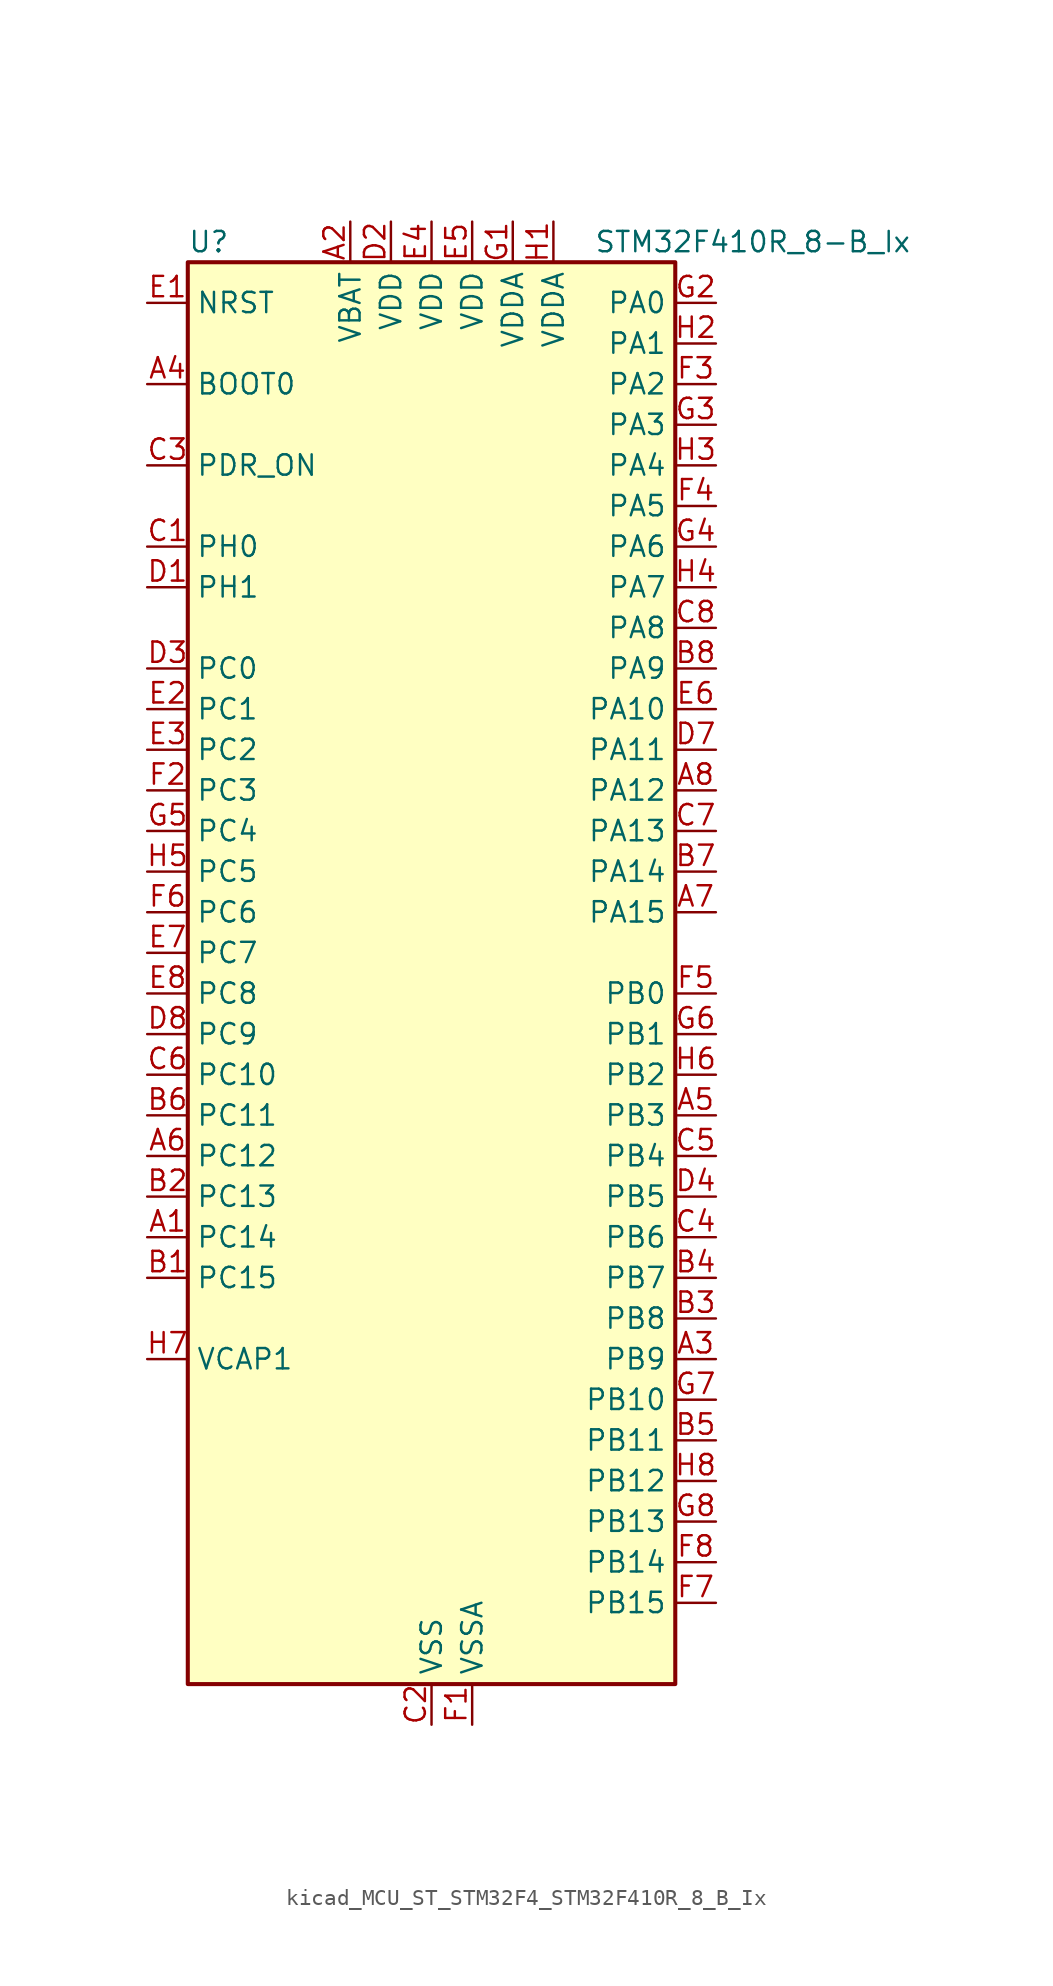
<source format=kicad_sym>
(kicad_symbol_lib
  (version 20220914)
  (generator kicad_symbol_editor)
  (symbol "kicad_MCU_ST_STM32F4_STM32F410R_8_B_Ix"
    (property "Reference" "U"
      (at -15.24 46.99 0)
      (effects (font (size 1.27 1.27)) (justify left)))
    (property "Value" "STM32F410R_8-B_Ix"
      (at 10.16 46.99 0)
      (effects (font (size 1.27 1.27)) (justify left)))
    (property "ki_locked" ""
      (at 0 0 0)
      (effects (font (size 1.27 1.27))))
    (symbol "kicad_MCU_ST_STM32F4_STM32F410R_8_B_Ix_0_1"
      (rectangle (start -15.24 -43.18) (end 15.24 45.72) (stroke (width 0.254) (type default)) (fill (type background))))
    (symbol "kicad_MCU_ST_STM32F4_STM32F410R_8_B_Ix_1_1"
      (pin bidirectional line (at -17.78 -15.24 0) (length 2.54) (name "PC14" (effects (font (size 1.27 1.27)))) (number "A1" (effects (font (size 1.27 1.27)))) (alternate "RCC_OSC32_IN" bidirectional line))
      (pin power_in line (at -5.08 48.26 270) (length 2.54) (name "VBAT" (effects (font (size 1.27 1.27)))) (number "A2" (effects (font (size 1.27 1.27)))))
      (pin bidirectional line (at 17.78 -22.86 180) (length 2.54) (name "PB9" (effects (font (size 1.27 1.27)))) (number "A3" (effects (font (size 1.27 1.27)))) (alternate "DAC_EXTI9" bidirectional line) (alternate "I2C1_SDA" bidirectional line) (alternate "I2C2_SDA" bidirectional line) (alternate "I2S2_WS" bidirectional line) (alternate "SPI2_NSS" bidirectional line) (alternate "TIM11_CH1" bidirectional line))
      (pin input line (at -17.78 38.1 0) (length 2.54) (name "BOOT0" (effects (font (size 1.27 1.27)))) (number "A4" (effects (font (size 1.27 1.27)))))
      (pin bidirectional line (at 17.78 -7.62 180) (length 2.54) (name "PB3" (effects (font (size 1.27 1.27)))) (number "A5" (effects (font (size 1.27 1.27)))) (alternate "FMPI2C1_SDA" bidirectional line) (alternate "I2C2_SDA" bidirectional line) (alternate "I2S1_CK" bidirectional line) (alternate "SPI1_SCK" bidirectional line) (alternate "SYS_JTDO-SWO" bidirectional line) (alternate "USART1_RX" bidirectional line))
      (pin bidirectional line (at -17.78 -10.16 0) (length 2.54) (name "PC12" (effects (font (size 1.27 1.27)))) (number "A6" (effects (font (size 1.27 1.27)))) (alternate "SYS_TRACED2" bidirectional line) (alternate "TIM11_CH1" bidirectional line))
      (pin bidirectional line (at 17.78 5.08 180) (length 2.54) (name "PA15" (effects (font (size 1.27 1.27)))) (number "A7" (effects (font (size 1.27 1.27)))) (alternate "ADC1_EXTI15" bidirectional line) (alternate "I2S1_WS" bidirectional line) (alternate "SPI1_NSS" bidirectional line) (alternate "SYS_JTDI" bidirectional line) (alternate "USART1_TX" bidirectional line))
      (pin bidirectional line (at 17.78 12.7 180) (length 2.54) (name "PA12" (effects (font (size 1.27 1.27)))) (number "A8" (effects (font (size 1.27 1.27)))) (alternate "SPI5_MISO" bidirectional line) (alternate "TIM1_ETR" bidirectional line) (alternate "USART1_RTS" bidirectional line) (alternate "USART6_RX" bidirectional line))
      (pin bidirectional line (at -17.78 -17.78 0) (length 2.54) (name "PC15" (effects (font (size 1.27 1.27)))) (number "B1" (effects (font (size 1.27 1.27)))) (alternate "ADC1_EXTI15" bidirectional line) (alternate "RCC_OSC32_OUT" bidirectional line))
      (pin bidirectional line (at -17.78 -12.7 0) (length 2.54) (name "PC13" (effects (font (size 1.27 1.27)))) (number "B2" (effects (font (size 1.27 1.27)))) (alternate "RTC_AF1" bidirectional line))
      (pin bidirectional line (at 17.78 -20.32 180) (length 2.54) (name "PB8" (effects (font (size 1.27 1.27)))) (number "B3" (effects (font (size 1.27 1.27)))) (alternate "I2C1_SCL" bidirectional line) (alternate "I2S5_SD" bidirectional line) (alternate "LPTIM1_OUT" bidirectional line) (alternate "SPI5_MOSI" bidirectional line))
      (pin bidirectional line (at 17.78 -17.78 180) (length 2.54) (name "PB7" (effects (font (size 1.27 1.27)))) (number "B4" (effects (font (size 1.27 1.27)))) (alternate "I2C1_SDA" bidirectional line) (alternate "LPTIM1_IN2" bidirectional line) (alternate "USART1_RX" bidirectional line))
      (pin bidirectional line (at 17.78 -27.94 180) (length 2.54) (name "PB11" (effects (font (size 1.27 1.27)))) (number "B5" (effects (font (size 1.27 1.27)))) (alternate "ADC1_EXTI11" bidirectional line) (alternate "I2C2_SDA" bidirectional line) (alternate "I2S_CKIN" bidirectional line) (alternate "SYS_TRACED3" bidirectional line) (alternate "TIM5_CH4" bidirectional line))
      (pin bidirectional line (at -17.78 -7.62 0) (length 2.54) (name "PC11" (effects (font (size 1.27 1.27)))) (number "B6" (effects (font (size 1.27 1.27)))) (alternate "ADC1_EXTI11" bidirectional line) (alternate "SYS_TRACED1" bidirectional line) (alternate "TIM5_CH3" bidirectional line))
      (pin bidirectional line (at 17.78 7.62 180) (length 2.54) (name "PA14" (effects (font (size 1.27 1.27)))) (number "B7" (effects (font (size 1.27 1.27)))) (alternate "SYS_JTCK-SWCLK" bidirectional line))
      (pin bidirectional line (at 17.78 20.32 180) (length 2.54) (name "PA9" (effects (font (size 1.27 1.27)))) (number "B8" (effects (font (size 1.27 1.27)))) (alternate "DAC_EXTI9" bidirectional line) (alternate "TIM1_CH2" bidirectional line) (alternate "USART1_TX" bidirectional line))
      (pin bidirectional line (at -17.78 27.94 0) (length 2.54) (name "PH0" (effects (font (size 1.27 1.27)))) (number "C1" (effects (font (size 1.27 1.27)))) (alternate "RCC_OSC_IN" bidirectional line))
      (pin power_in line (at 0 -45.72 90) (length 2.54) (name "VSS" (effects (font (size 1.27 1.27)))) (number "C2" (effects (font (size 1.27 1.27)))))
      (pin input line (at -17.78 33.02 0) (length 2.54) (name "PDR_ON" (effects (font (size 1.27 1.27)))) (number "C3" (effects (font (size 1.27 1.27)))))
      (pin bidirectional line (at 17.78 -15.24 180) (length 2.54) (name "PB6" (effects (font (size 1.27 1.27)))) (number "C4" (effects (font (size 1.27 1.27)))) (alternate "I2C1_SCL" bidirectional line) (alternate "LPTIM1_ETR" bidirectional line) (alternate "USART1_TX" bidirectional line))
      (pin bidirectional line (at 17.78 -10.16 180) (length 2.54) (name "PB4" (effects (font (size 1.27 1.27)))) (number "C5" (effects (font (size 1.27 1.27)))) (alternate "SPI1_MISO" bidirectional line) (alternate "SYS_JTRST" bidirectional line))
      (pin bidirectional line (at -17.78 -5.08 0) (length 2.54) (name "PC10" (effects (font (size 1.27 1.27)))) (number "C6" (effects (font (size 1.27 1.27)))) (alternate "SYS_TRACED0" bidirectional line) (alternate "TIM5_CH2" bidirectional line))
      (pin bidirectional line (at 17.78 10.16 180) (length 2.54) (name "PA13" (effects (font (size 1.27 1.27)))) (number "C7" (effects (font (size 1.27 1.27)))) (alternate "SYS_JTMS-SWDIO" bidirectional line))
      (pin bidirectional line (at 17.78 22.86 180) (length 2.54) (name "PA8" (effects (font (size 1.27 1.27)))) (number "C8" (effects (font (size 1.27 1.27)))) (alternate "FMPI2C1_SCL" bidirectional line) (alternate "RCC_MCO_1" bidirectional line) (alternate "TIM1_CH1" bidirectional line) (alternate "USART1_CK" bidirectional line))
      (pin bidirectional line (at -17.78 25.4 0) (length 2.54) (name "PH1" (effects (font (size 1.27 1.27)))) (number "D1" (effects (font (size 1.27 1.27)))) (alternate "RCC_OSC_OUT" bidirectional line))
      (pin power_in line (at -2.54 48.26 270) (length 2.54) (name "VDD" (effects (font (size 1.27 1.27)))) (number "D2" (effects (font (size 1.27 1.27)))))
      (pin bidirectional line (at -17.78 20.32 0) (length 2.54) (name "PC0" (effects (font (size 1.27 1.27)))) (number "D3" (effects (font (size 1.27 1.27)))) (alternate "ADC1_IN10" bidirectional line) (alternate "LPTIM1_IN1" bidirectional line) (alternate "SYS_WKUP2" bidirectional line))
      (pin bidirectional line (at 17.78 -12.7 180) (length 2.54) (name "PB5" (effects (font (size 1.27 1.27)))) (number "D4" (effects (font (size 1.27 1.27)))) (alternate "I2C1_SMBA" bidirectional line) (alternate "I2S1_SD" bidirectional line) (alternate "LPTIM1_IN1" bidirectional line) (alternate "SPI1_MOSI" bidirectional line))
      (pin passive line (at 0 -45.72 90) (length 2.54) hide (name "VSS" (effects (font (size 1.27 1.27)))) (number "D5" (effects (font (size 1.27 1.27)))))
      (pin passive line (at 0 -45.72 90) (length 2.54) hide (name "VSS" (effects (font (size 1.27 1.27)))) (number "D6" (effects (font (size 1.27 1.27)))))
      (pin bidirectional line (at 17.78 15.24 180) (length 2.54) (name "PA11" (effects (font (size 1.27 1.27)))) (number "D7" (effects (font (size 1.27 1.27)))) (alternate "ADC1_EXTI11" bidirectional line) (alternate "TIM1_CH4" bidirectional line) (alternate "USART1_CTS" bidirectional line) (alternate "USART6_TX" bidirectional line))
      (pin bidirectional line (at -17.78 -2.54 0) (length 2.54) (name "PC9" (effects (font (size 1.27 1.27)))) (number "D8" (effects (font (size 1.27 1.27)))) (alternate "DAC_EXTI9" bidirectional line) (alternate "FMPI2C1_SDA" bidirectional line) (alternate "I2S_CKIN" bidirectional line) (alternate "RCC_MCO_2" bidirectional line))
      (pin input line (at -17.78 43.18 0) (length 2.54) (name "NRST" (effects (font (size 1.27 1.27)))) (number "E1" (effects (font (size 1.27 1.27)))))
      (pin bidirectional line (at -17.78 17.78 0) (length 2.54) (name "PC1" (effects (font (size 1.27 1.27)))) (number "E2" (effects (font (size 1.27 1.27)))) (alternate "ADC1_IN11" bidirectional line) (alternate "LPTIM1_OUT" bidirectional line) (alternate "SYS_WKUP3" bidirectional line))
      (pin bidirectional line (at -17.78 15.24 0) (length 2.54) (name "PC2" (effects (font (size 1.27 1.27)))) (number "E3" (effects (font (size 1.27 1.27)))) (alternate "ADC1_IN12" bidirectional line) (alternate "LPTIM1_IN2" bidirectional line) (alternate "SPI2_MISO" bidirectional line))
      (pin power_in line (at 0 48.26 270) (length 2.54) (name "VDD" (effects (font (size 1.27 1.27)))) (number "E4" (effects (font (size 1.27 1.27)))))
      (pin power_in line (at 2.54 48.26 270) (length 2.54) (name "VDD" (effects (font (size 1.27 1.27)))) (number "E5" (effects (font (size 1.27 1.27)))))
      (pin bidirectional line (at 17.78 17.78 180) (length 2.54) (name "PA10" (effects (font (size 1.27 1.27)))) (number "E6" (effects (font (size 1.27 1.27)))) (alternate "I2S5_SD" bidirectional line) (alternate "SPI5_MOSI" bidirectional line) (alternate "TIM1_CH3" bidirectional line) (alternate "USART1_RX" bidirectional line))
      (pin bidirectional line (at -17.78 2.54 0) (length 2.54) (name "PC7" (effects (font (size 1.27 1.27)))) (number "E7" (effects (font (size 1.27 1.27)))) (alternate "FMPI2C1_SDA" bidirectional line) (alternate "I2S1_MCK" bidirectional line) (alternate "I2S2_CK" bidirectional line) (alternate "SPI2_SCK" bidirectional line) (alternate "USART6_RX" bidirectional line))
      (pin bidirectional line (at -17.78 0 0) (length 2.54) (name "PC8" (effects (font (size 1.27 1.27)))) (number "E8" (effects (font (size 1.27 1.27)))) (alternate "USART6_CK" bidirectional line))
      (pin power_in line (at 2.54 -45.72 90) (length 2.54) (name "VSSA" (effects (font (size 1.27 1.27)))) (number "F1" (effects (font (size 1.27 1.27)))))
      (pin bidirectional line (at -17.78 12.7 0) (length 2.54) (name "PC3" (effects (font (size 1.27 1.27)))) (number "F2" (effects (font (size 1.27 1.27)))) (alternate "ADC1_IN13" bidirectional line) (alternate "I2S2_SD" bidirectional line) (alternate "LPTIM1_ETR" bidirectional line) (alternate "SPI2_MOSI" bidirectional line))
      (pin bidirectional line (at 17.78 38.1 180) (length 2.54) (name "PA2" (effects (font (size 1.27 1.27)))) (number "F3" (effects (font (size 1.27 1.27)))) (alternate "ADC1_IN2" bidirectional line) (alternate "I2S_CKIN" bidirectional line) (alternate "TIM5_CH3" bidirectional line) (alternate "TIM9_CH1" bidirectional line) (alternate "USART2_TX" bidirectional line))
      (pin bidirectional line (at 17.78 30.48 180) (length 2.54) (name "PA5" (effects (font (size 1.27 1.27)))) (number "F4" (effects (font (size 1.27 1.27)))) (alternate "ADC1_IN5" bidirectional line) (alternate "DAC_OUT1" bidirectional line) (alternate "I2S1_CK" bidirectional line) (alternate "SPI1_SCK" bidirectional line))
      (pin bidirectional line (at 17.78 0 180) (length 2.54) (name "PB0" (effects (font (size 1.27 1.27)))) (number "F5" (effects (font (size 1.27 1.27)))) (alternate "ADC1_IN8" bidirectional line) (alternate "I2S5_CK" bidirectional line) (alternate "SPI5_SCK" bidirectional line) (alternate "TIM1_CH2N" bidirectional line))
      (pin bidirectional line (at -17.78 5.08 0) (length 2.54) (name "PC6" (effects (font (size 1.27 1.27)))) (number "F6" (effects (font (size 1.27 1.27)))) (alternate "FMPI2C1_SCL" bidirectional line) (alternate "I2S2_MCK" bidirectional line) (alternate "SYS_TRACECLK" bidirectional line) (alternate "USART6_TX" bidirectional line))
      (pin bidirectional line (at 17.78 -38.1 180) (length 2.54) (name "PB15" (effects (font (size 1.27 1.27)))) (number "F7" (effects (font (size 1.27 1.27)))) (alternate "ADC1_EXTI15" bidirectional line) (alternate "FMPI2C1_SCL" bidirectional line) (alternate "I2S2_SD" bidirectional line) (alternate "RTC_REFIN" bidirectional line) (alternate "SPI2_MOSI" bidirectional line) (alternate "TIM1_CH3N" bidirectional line))
      (pin bidirectional line (at 17.78 -35.56 180) (length 2.54) (name "PB14" (effects (font (size 1.27 1.27)))) (number "F8" (effects (font (size 1.27 1.27)))) (alternate "FMPI2C1_SDA" bidirectional line) (alternate "SPI2_MISO" bidirectional line) (alternate "TIM1_CH2N" bidirectional line))
      (pin power_in line (at 5.08 48.26 270) (length 2.54) (name "VDDA" (effects (font (size 1.27 1.27)))) (number "G1" (effects (font (size 1.27 1.27)))))
      (pin bidirectional line (at 17.78 43.18 180) (length 2.54) (name "PA0" (effects (font (size 1.27 1.27)))) (number "G2" (effects (font (size 1.27 1.27)))) (alternate "ADC1_IN0" bidirectional line) (alternate "SYS_WKUP1" bidirectional line) (alternate "TIM5_CH1" bidirectional line) (alternate "USART2_CTS" bidirectional line))
      (pin bidirectional line (at 17.78 35.56 180) (length 2.54) (name "PA3" (effects (font (size 1.27 1.27)))) (number "G3" (effects (font (size 1.27 1.27)))) (alternate "ADC1_IN3" bidirectional line) (alternate "I2S2_MCK" bidirectional line) (alternate "TIM5_CH4" bidirectional line) (alternate "TIM9_CH2" bidirectional line) (alternate "USART2_RX" bidirectional line))
      (pin bidirectional line (at 17.78 27.94 180) (length 2.54) (name "PA6" (effects (font (size 1.27 1.27)))) (number "G4" (effects (font (size 1.27 1.27)))) (alternate "ADC1_IN6" bidirectional line) (alternate "I2S2_MCK" bidirectional line) (alternate "SPI1_MISO" bidirectional line) (alternate "TIM1_BKIN" bidirectional line))
      (pin bidirectional line (at -17.78 10.16 0) (length 2.54) (name "PC4" (effects (font (size 1.27 1.27)))) (number "G5" (effects (font (size 1.27 1.27)))) (alternate "ADC1_IN14" bidirectional line) (alternate "TIM9_CH1" bidirectional line))
      (pin bidirectional line (at 17.78 -2.54 180) (length 2.54) (name "PB1" (effects (font (size 1.27 1.27)))) (number "G6" (effects (font (size 1.27 1.27)))) (alternate "ADC1_IN9" bidirectional line) (alternate "I2S5_WS" bidirectional line) (alternate "SPI5_NSS" bidirectional line) (alternate "TIM1_CH3N" bidirectional line))
      (pin bidirectional line (at 17.78 -25.4 180) (length 2.54) (name "PB10" (effects (font (size 1.27 1.27)))) (number "G7" (effects (font (size 1.27 1.27)))) (alternate "FMPI2C1_SCL" bidirectional line) (alternate "I2C2_SCL" bidirectional line) (alternate "I2S1_MCK" bidirectional line) (alternate "I2S2_CK" bidirectional line) (alternate "SPI2_SCK" bidirectional line))
      (pin bidirectional line (at 17.78 -33.02 180) (length 2.54) (name "PB13" (effects (font (size 1.27 1.27)))) (number "G8" (effects (font (size 1.27 1.27)))) (alternate "FMPI2C1_SMBA" bidirectional line) (alternate "I2S2_CK" bidirectional line) (alternate "SPI2_SCK" bidirectional line) (alternate "TIM1_CH1N" bidirectional line))
      (pin power_in line (at 7.62 48.26 270) (length 2.54) (name "VDDA" (effects (font (size 1.27 1.27)))) (number "H1" (effects (font (size 1.27 1.27)))))
      (pin bidirectional line (at 17.78 40.64 180) (length 2.54) (name "PA1" (effects (font (size 1.27 1.27)))) (number "H2" (effects (font (size 1.27 1.27)))) (alternate "ADC1_IN1" bidirectional line) (alternate "TIM5_CH2" bidirectional line) (alternate "USART2_RTS" bidirectional line))
      (pin bidirectional line (at 17.78 33.02 180) (length 2.54) (name "PA4" (effects (font (size 1.27 1.27)))) (number "H3" (effects (font (size 1.27 1.27)))) (alternate "ADC1_IN4" bidirectional line) (alternate "I2S1_WS" bidirectional line) (alternate "SPI1_NSS" bidirectional line) (alternate "USART2_CK" bidirectional line))
      (pin bidirectional line (at 17.78 25.4 180) (length 2.54) (name "PA7" (effects (font (size 1.27 1.27)))) (number "H4" (effects (font (size 1.27 1.27)))) (alternate "ADC1_IN7" bidirectional line) (alternate "I2S1_SD" bidirectional line) (alternate "SPI1_MOSI" bidirectional line) (alternate "TIM1_CH1N" bidirectional line))
      (pin bidirectional line (at -17.78 7.62 0) (length 2.54) (name "PC5" (effects (font (size 1.27 1.27)))) (number "H5" (effects (font (size 1.27 1.27)))) (alternate "ADC1_IN15" bidirectional line) (alternate "FMPI2C1_SMBA" bidirectional line) (alternate "TIM9_CH2" bidirectional line))
      (pin bidirectional line (at 17.78 -5.08 180) (length 2.54) (name "PB2" (effects (font (size 1.27 1.27)))) (number "H6" (effects (font (size 1.27 1.27)))) (alternate "LPTIM1_OUT" bidirectional line))
      (pin power_out line (at -17.78 -22.86 0) (length 2.54) (name "VCAP1" (effects (font (size 1.27 1.27)))) (number "H7" (effects (font (size 1.27 1.27)))))
      (pin bidirectional line (at 17.78 -30.48 180) (length 2.54) (name "PB12" (effects (font (size 1.27 1.27)))) (number "H8" (effects (font (size 1.27 1.27)))) (alternate "I2C2_SMBA" bidirectional line) (alternate "I2S2_WS" bidirectional line) (alternate "SPI2_NSS" bidirectional line) (alternate "TIM1_BKIN" bidirectional line) (alternate "TIM5_CH1" bidirectional line)))))
</source>
